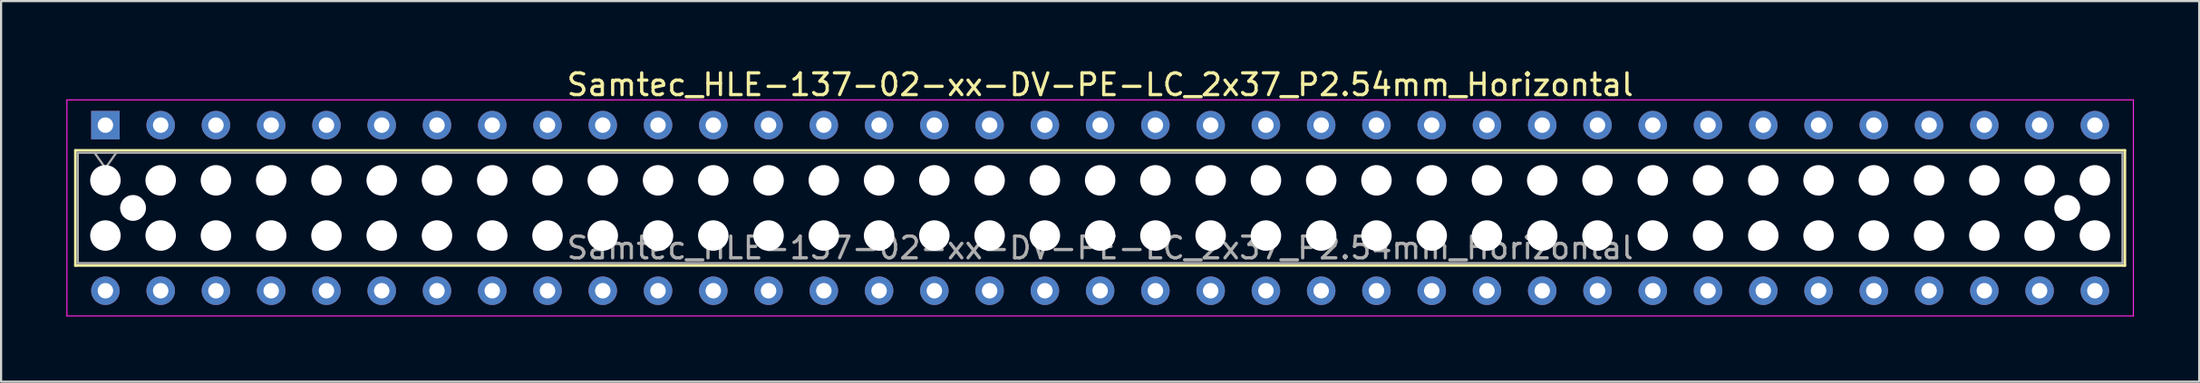
<source format=kicad_pcb>
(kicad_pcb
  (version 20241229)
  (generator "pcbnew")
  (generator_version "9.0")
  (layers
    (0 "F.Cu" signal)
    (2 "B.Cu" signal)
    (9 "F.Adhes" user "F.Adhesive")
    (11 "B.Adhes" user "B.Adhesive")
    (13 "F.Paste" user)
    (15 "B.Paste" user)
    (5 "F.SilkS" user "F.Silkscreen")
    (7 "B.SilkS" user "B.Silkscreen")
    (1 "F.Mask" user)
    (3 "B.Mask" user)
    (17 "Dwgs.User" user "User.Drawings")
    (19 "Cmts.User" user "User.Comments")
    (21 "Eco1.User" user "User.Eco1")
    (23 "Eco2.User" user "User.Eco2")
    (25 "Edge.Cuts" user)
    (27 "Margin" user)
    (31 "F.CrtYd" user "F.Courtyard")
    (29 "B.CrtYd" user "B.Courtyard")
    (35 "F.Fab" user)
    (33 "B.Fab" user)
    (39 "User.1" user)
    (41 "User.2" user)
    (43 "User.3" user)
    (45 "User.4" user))
  (footprint "Samtec_HLE-137-02-xx-DV-PE-LC_2x37_P2.54mm_Horizontal"
    (layer "F.Cu")
    (at 1.795 2.708)
    (property "Reference" "Samtec_HLE-137-02-xx-DV-PE-LC_2x37_P2.54mm_Horizontal" (at 45.72 -1.86 0) (layer "F.SilkS") (effects (font (size 1 1) (thickness 0.15))))
    (attr through_hole)
    (fp_line (start -1.38 1.16) (end 92.82 1.16) (stroke (width 0.12) (type solid)) (layer "F.SilkS"))
    (fp_line (start -1.38 6.46) (end -1.38 1.16) (stroke (width 0.12) (type solid)) (layer "F.SilkS"))
    (fp_line (start 92.82 1.16) (end 92.82 6.46) (stroke (width 0.12) (type solid)) (layer "F.SilkS"))
    (fp_line (start 92.82 6.46) (end -1.38 6.46) (stroke (width 0.12) (type solid)) (layer "F.SilkS"))
    (fp_line (start -1.77 -1.16) (end 93.21 -1.16) (stroke (width 0.05) (type solid)) (layer "F.CrtYd"))
    (fp_line (start -1.77 8.78) (end -1.77 -1.16) (stroke (width 0.05) (type solid)) (layer "F.CrtYd"))
    (fp_line (start 93.21 -1.16) (end 93.21 8.78) (stroke (width 0.05) (type solid)) (layer "F.CrtYd"))
    (fp_line (start 93.21 8.78) (end -1.77 8.78) (stroke (width 0.05) (type solid)) (layer "F.CrtYd"))
    (fp_line (start -1.27 1.27) (end 92.71 1.27) (stroke (width 0.1) (type solid)) (layer "F.Fab"))
    (fp_line (start -1.27 6.35) (end -1.27 1.27) (stroke (width 0.1) (type solid)) (layer "F.Fab"))
    (fp_line (start -0.5 1.27) (end 0 1.977) (stroke (width 0.1) (type solid)) (layer "F.Fab"))
    (fp_line (start 0 1.977) (end 0.5 1.27) (stroke (width 0.1) (type solid)) (layer "F.Fab"))
    (fp_line (start 92.71 1.27) (end 92.71 6.35) (stroke (width 0.1) (type solid)) (layer "F.Fab"))
    (fp_line (start 92.71 6.35) (end -1.27 6.35) (stroke (width 0.1) (type solid)) (layer "F.Fab"))
    (fp_text user "${REFERENCE}" (at 45.72 5.65 0) (layer "F.Fab") (effects (font (size 1 1) (thickness 0.15))))
    (pad "" np_thru_hole circle (at 0 2.54) (size 1.4 1.4) (drill 1.4) (layers "*.Cu" "*.Mask"))
    (pad "" np_thru_hole circle (at 0 5.08) (size 1.4 1.4) (drill 1.4) (layers "*.Cu" "*.Mask"))
    (pad "" np_thru_hole circle (at 1.27 3.81) (size 1.19 1.19) (drill 1.19) (layers "*.Cu" "*.Mask"))
    (pad "" np_thru_hole circle (at 2.54 2.54) (size 1.4 1.4) (drill 1.4) (layers "*.Cu" "*.Mask"))
    (pad "" np_thru_hole circle (at 2.54 5.08) (size 1.4 1.4) (drill 1.4) (layers "*.Cu" "*.Mask"))
    (pad "" np_thru_hole circle (at 5.08 2.54) (size 1.4 1.4) (drill 1.4) (layers "*.Cu" "*.Mask"))
    (pad "" np_thru_hole circle (at 5.08 5.08) (size 1.4 1.4) (drill 1.4) (layers "*.Cu" "*.Mask"))
    (pad "" np_thru_hole circle (at 7.62 2.54) (size 1.4 1.4) (drill 1.4) (layers "*.Cu" "*.Mask"))
    (pad "" np_thru_hole circle (at 7.62 5.08) (size 1.4 1.4) (drill 1.4) (layers "*.Cu" "*.Mask"))
    (pad "" np_thru_hole circle (at 10.16 2.54) (size 1.4 1.4) (drill 1.4) (layers "*.Cu" "*.Mask"))
    (pad "" np_thru_hole circle (at 10.16 5.08) (size 1.4 1.4) (drill 1.4) (layers "*.Cu" "*.Mask"))
    (pad "" np_thru_hole circle (at 12.7 2.54) (size 1.4 1.4) (drill 1.4) (layers "*.Cu" "*.Mask"))
    (pad "" np_thru_hole circle (at 12.7 5.08) (size 1.4 1.4) (drill 1.4) (layers "*.Cu" "*.Mask"))
    (pad "" np_thru_hole circle (at 15.24 2.54) (size 1.4 1.4) (drill 1.4) (layers "*.Cu" "*.Mask"))
    (pad "" np_thru_hole circle (at 15.24 5.08) (size 1.4 1.4) (drill 1.4) (layers "*.Cu" "*.Mask"))
    (pad "" np_thru_hole circle (at 17.78 2.54) (size 1.4 1.4) (drill 1.4) (layers "*.Cu" "*.Mask"))
    (pad "" np_thru_hole circle (at 17.78 5.08) (size 1.4 1.4) (drill 1.4) (layers "*.Cu" "*.Mask"))
    (pad "" np_thru_hole circle (at 20.32 2.54) (size 1.4 1.4) (drill 1.4) (layers "*.Cu" "*.Mask"))
    (pad "" np_thru_hole circle (at 20.32 5.08) (size 1.4 1.4) (drill 1.4) (layers "*.Cu" "*.Mask"))
    (pad "" np_thru_hole circle (at 22.86 2.54) (size 1.4 1.4) (drill 1.4) (layers "*.Cu" "*.Mask"))
    (pad "" np_thru_hole circle (at 22.86 5.08) (size 1.4 1.4) (drill 1.4) (layers "*.Cu" "*.Mask"))
    (pad "" np_thru_hole circle (at 25.4 2.54) (size 1.4 1.4) (drill 1.4) (layers "*.Cu" "*.Mask"))
    (pad "" np_thru_hole circle (at 25.4 5.08) (size 1.4 1.4) (drill 1.4) (layers "*.Cu" "*.Mask"))
    (pad "" np_thru_hole circle (at 27.94 2.54) (size 1.4 1.4) (drill 1.4) (layers "*.Cu" "*.Mask"))
    (pad "" np_thru_hole circle (at 27.94 5.08) (size 1.4 1.4) (drill 1.4) (layers "*.Cu" "*.Mask"))
    (pad "" np_thru_hole circle (at 30.48 2.54) (size 1.4 1.4) (drill 1.4) (layers "*.Cu" "*.Mask"))
    (pad "" np_thru_hole circle (at 30.48 5.08) (size 1.4 1.4) (drill 1.4) (layers "*.Cu" "*.Mask"))
    (pad "" np_thru_hole circle (at 33.02 2.54) (size 1.4 1.4) (drill 1.4) (layers "*.Cu" "*.Mask"))
    (pad "" np_thru_hole circle (at 33.02 5.08) (size 1.4 1.4) (drill 1.4) (layers "*.Cu" "*.Mask"))
    (pad "" np_thru_hole circle (at 35.56 2.54) (size 1.4 1.4) (drill 1.4) (layers "*.Cu" "*.Mask"))
    (pad "" np_thru_hole circle (at 35.56 5.08) (size 1.4 1.4) (drill 1.4) (layers "*.Cu" "*.Mask"))
    (pad "" np_thru_hole circle (at 38.1 2.54) (size 1.4 1.4) (drill 1.4) (layers "*.Cu" "*.Mask"))
    (pad "" np_thru_hole circle (at 38.1 5.08) (size 1.4 1.4) (drill 1.4) (layers "*.Cu" "*.Mask"))
    (pad "" np_thru_hole circle (at 40.64 2.54) (size 1.4 1.4) (drill 1.4) (layers "*.Cu" "*.Mask"))
    (pad "" np_thru_hole circle (at 40.64 5.08) (size 1.4 1.4) (drill 1.4) (layers "*.Cu" "*.Mask"))
    (pad "" np_thru_hole circle (at 43.18 2.54) (size 1.4 1.4) (drill 1.4) (layers "*.Cu" "*.Mask"))
    (pad "" np_thru_hole circle (at 43.18 5.08) (size 1.4 1.4) (drill 1.4) (layers "*.Cu" "*.Mask"))
    (pad "" np_thru_hole circle (at 45.72 2.54) (size 1.4 1.4) (drill 1.4) (layers "*.Cu" "*.Mask"))
    (pad "" np_thru_hole circle (at 45.72 5.08) (size 1.4 1.4) (drill 1.4) (layers "*.Cu" "*.Mask"))
    (pad "" np_thru_hole circle (at 48.26 2.54) (size 1.4 1.4) (drill 1.4) (layers "*.Cu" "*.Mask"))
    (pad "" np_thru_hole circle (at 48.26 5.08) (size 1.4 1.4) (drill 1.4) (layers "*.Cu" "*.Mask"))
    (pad "" np_thru_hole circle (at 50.8 2.54) (size 1.4 1.4) (drill 1.4) (layers "*.Cu" "*.Mask"))
    (pad "" np_thru_hole circle (at 50.8 5.08) (size 1.4 1.4) (drill 1.4) (layers "*.Cu" "*.Mask"))
    (pad "" np_thru_hole circle (at 53.34 2.54) (size 1.4 1.4) (drill 1.4) (layers "*.Cu" "*.Mask"))
    (pad "" np_thru_hole circle (at 53.34 5.08) (size 1.4 1.4) (drill 1.4) (layers "*.Cu" "*.Mask"))
    (pad "" np_thru_hole circle (at 55.88 2.54) (size 1.4 1.4) (drill 1.4) (layers "*.Cu" "*.Mask"))
    (pad "" np_thru_hole circle (at 55.88 5.08) (size 1.4 1.4) (drill 1.4) (layers "*.Cu" "*.Mask"))
    (pad "" np_thru_hole circle (at 58.42 2.54) (size 1.4 1.4) (drill 1.4) (layers "*.Cu" "*.Mask"))
    (pad "" np_thru_hole circle (at 58.42 5.08) (size 1.4 1.4) (drill 1.4) (layers "*.Cu" "*.Mask"))
    (pad "" np_thru_hole circle (at 60.96 2.54) (size 1.4 1.4) (drill 1.4) (layers "*.Cu" "*.Mask"))
    (pad "" np_thru_hole circle (at 60.96 5.08) (size 1.4 1.4) (drill 1.4) (layers "*.Cu" "*.Mask"))
    (pad "" np_thru_hole circle (at 63.5 2.54) (size 1.4 1.4) (drill 1.4) (layers "*.Cu" "*.Mask"))
    (pad "" np_thru_hole circle (at 63.5 5.08) (size 1.4 1.4) (drill 1.4) (layers "*.Cu" "*.Mask"))
    (pad "" np_thru_hole circle (at 66.04 2.54) (size 1.4 1.4) (drill 1.4) (layers "*.Cu" "*.Mask"))
    (pad "" np_thru_hole circle (at 66.04 5.08) (size 1.4 1.4) (drill 1.4) (layers "*.Cu" "*.Mask"))
    (pad "" np_thru_hole circle (at 68.58 2.54) (size 1.4 1.4) (drill 1.4) (layers "*.Cu" "*.Mask"))
    (pad "" np_thru_hole circle (at 68.58 5.08) (size 1.4 1.4) (drill 1.4) (layers "*.Cu" "*.Mask"))
    (pad "" np_thru_hole circle (at 71.12 2.54) (size 1.4 1.4) (drill 1.4) (layers "*.Cu" "*.Mask"))
    (pad "" np_thru_hole circle (at 71.12 5.08) (size 1.4 1.4) (drill 1.4) (layers "*.Cu" "*.Mask"))
    (pad "" np_thru_hole circle (at 73.66 2.54) (size 1.4 1.4) (drill 1.4) (layers "*.Cu" "*.Mask"))
    (pad "" np_thru_hole circle (at 73.66 5.08) (size 1.4 1.4) (drill 1.4) (layers "*.Cu" "*.Mask"))
    (pad "" np_thru_hole circle (at 76.2 2.54) (size 1.4 1.4) (drill 1.4) (layers "*.Cu" "*.Mask"))
    (pad "" np_thru_hole circle (at 76.2 5.08) (size 1.4 1.4) (drill 1.4) (layers "*.Cu" "*.Mask"))
    (pad "" np_thru_hole circle (at 78.74 2.54) (size 1.4 1.4) (drill 1.4) (layers "*.Cu" "*.Mask"))
    (pad "" np_thru_hole circle (at 78.74 5.08) (size 1.4 1.4) (drill 1.4) (layers "*.Cu" "*.Mask"))
    (pad "" np_thru_hole circle (at 81.28 2.54) (size 1.4 1.4) (drill 1.4) (layers "*.Cu" "*.Mask"))
    (pad "" np_thru_hole circle (at 81.28 5.08) (size 1.4 1.4) (drill 1.4) (layers "*.Cu" "*.Mask"))
    (pad "" np_thru_hole circle (at 83.82 2.54) (size 1.4 1.4) (drill 1.4) (layers "*.Cu" "*.Mask"))
    (pad "" np_thru_hole circle (at 83.82 5.08) (size 1.4 1.4) (drill 1.4) (layers "*.Cu" "*.Mask"))
    (pad "" np_thru_hole circle (at 86.36 2.54) (size 1.4 1.4) (drill 1.4) (layers "*.Cu" "*.Mask"))
    (pad "" np_thru_hole circle (at 86.36 5.08) (size 1.4 1.4) (drill 1.4) (layers "*.Cu" "*.Mask"))
    (pad "" np_thru_hole circle (at 88.9 2.54) (size 1.4 1.4) (drill 1.4) (layers "*.Cu" "*.Mask"))
    (pad "" np_thru_hole circle (at 88.9 5.08) (size 1.4 1.4) (drill 1.4) (layers "*.Cu" "*.Mask"))
    (pad "" np_thru_hole circle (at 90.17 3.81) (size 1.19 1.19) (drill 1.19) (layers "*.Cu" "*.Mask"))
    (pad "" np_thru_hole circle (at 91.44 2.54) (size 1.4 1.4) (drill 1.4) (layers "*.Cu" "*.Mask"))
    (pad "" np_thru_hole circle (at 91.44 5.08) (size 1.4 1.4) (drill 1.4) (layers "*.Cu" "*.Mask"))
    (pad "1" thru_hole rect (at 0 0) (size 1.31 1.31) (drill 0.71) (layers "*.Cu" "*.Mask"))
    (pad "2" thru_hole circle (at 0 7.62) (size 1.31 1.31) (drill 0.71) (layers "*.Cu" "*.Mask"))
    (pad "3" thru_hole circle (at 2.54 0) (size 1.31 1.31) (drill 0.71) (layers "*.Cu" "*.Mask"))
    (pad "4" thru_hole circle (at 2.54 7.62) (size 1.31 1.31) (drill 0.71) (layers "*.Cu" "*.Mask"))
    (pad "5" thru_hole circle (at 5.08 0) (size 1.31 1.31) (drill 0.71) (layers "*.Cu" "*.Mask"))
    (pad "6" thru_hole circle (at 5.08 7.62) (size 1.31 1.31) (drill 0.71) (layers "*.Cu" "*.Mask"))
    (pad "7" thru_hole circle (at 7.62 0) (size 1.31 1.31) (drill 0.71) (layers "*.Cu" "*.Mask"))
    (pad "8" thru_hole circle (at 7.62 7.62) (size 1.31 1.31) (drill 0.71) (layers "*.Cu" "*.Mask"))
    (pad "9" thru_hole circle (at 10.16 0) (size 1.31 1.31) (drill 0.71) (layers "*.Cu" "*.Mask"))
    (pad "10" thru_hole circle (at 10.16 7.62) (size 1.31 1.31) (drill 0.71) (layers "*.Cu" "*.Mask"))
    (pad "11" thru_hole circle (at 12.7 0) (size 1.31 1.31) (drill 0.71) (layers "*.Cu" "*.Mask"))
    (pad "12" thru_hole circle (at 12.7 7.62) (size 1.31 1.31) (drill 0.71) (layers "*.Cu" "*.Mask"))
    (pad "13" thru_hole circle (at 15.24 0) (size 1.31 1.31) (drill 0.71) (layers "*.Cu" "*.Mask"))
    (pad "14" thru_hole circle (at 15.24 7.62) (size 1.31 1.31) (drill 0.71) (layers "*.Cu" "*.Mask"))
    (pad "15" thru_hole circle (at 17.78 0) (size 1.31 1.31) (drill 0.71) (layers "*.Cu" "*.Mask"))
    (pad "16" thru_hole circle (at 17.78 7.62) (size 1.31 1.31) (drill 0.71) (layers "*.Cu" "*.Mask"))
    (pad "17" thru_hole circle (at 20.32 0) (size 1.31 1.31) (drill 0.71) (layers "*.Cu" "*.Mask"))
    (pad "18" thru_hole circle (at 20.32 7.62) (size 1.31 1.31) (drill 0.71) (layers "*.Cu" "*.Mask"))
    (pad "19" thru_hole circle (at 22.86 0) (size 1.31 1.31) (drill 0.71) (layers "*.Cu" "*.Mask"))
    (pad "20" thru_hole circle (at 22.86 7.62) (size 1.31 1.31) (drill 0.71) (layers "*.Cu" "*.Mask"))
    (pad "21" thru_hole circle (at 25.4 0) (size 1.31 1.31) (drill 0.71) (layers "*.Cu" "*.Mask"))
    (pad "22" thru_hole circle (at 25.4 7.62) (size 1.31 1.31) (drill 0.71) (layers "*.Cu" "*.Mask"))
    (pad "23" thru_hole circle (at 27.94 0) (size 1.31 1.31) (drill 0.71) (layers "*.Cu" "*.Mask"))
    (pad "24" thru_hole circle (at 27.94 7.62) (size 1.31 1.31) (drill 0.71) (layers "*.Cu" "*.Mask"))
    (pad "25" thru_hole circle (at 30.48 0) (size 1.31 1.31) (drill 0.71) (layers "*.Cu" "*.Mask"))
    (pad "26" thru_hole circle (at 30.48 7.62) (size 1.31 1.31) (drill 0.71) (layers "*.Cu" "*.Mask"))
    (pad "27" thru_hole circle (at 33.02 0) (size 1.31 1.31) (drill 0.71) (layers "*.Cu" "*.Mask"))
    (pad "28" thru_hole circle (at 33.02 7.62) (size 1.31 1.31) (drill 0.71) (layers "*.Cu" "*.Mask"))
    (pad "29" thru_hole circle (at 35.56 0) (size 1.31 1.31) (drill 0.71) (layers "*.Cu" "*.Mask"))
    (pad "30" thru_hole circle (at 35.56 7.62) (size 1.31 1.31) (drill 0.71) (layers "*.Cu" "*.Mask"))
    (pad "31" thru_hole circle (at 38.1 0) (size 1.31 1.31) (drill 0.71) (layers "*.Cu" "*.Mask"))
    (pad "32" thru_hole circle (at 38.1 7.62) (size 1.31 1.31) (drill 0.71) (layers "*.Cu" "*.Mask"))
    (pad "33" thru_hole circle (at 40.64 0) (size 1.31 1.31) (drill 0.71) (layers "*.Cu" "*.Mask"))
    (pad "34" thru_hole circle (at 40.64 7.62) (size 1.31 1.31) (drill 0.71) (layers "*.Cu" "*.Mask"))
    (pad "35" thru_hole circle (at 43.18 0) (size 1.31 1.31) (drill 0.71) (layers "*.Cu" "*.Mask"))
    (pad "36" thru_hole circle (at 43.18 7.62) (size 1.31 1.31) (drill 0.71) (layers "*.Cu" "*.Mask"))
    (pad "37" thru_hole circle (at 45.72 0) (size 1.31 1.31) (drill 0.71) (layers "*.Cu" "*.Mask"))
    (pad "38" thru_hole circle (at 45.72 7.62) (size 1.31 1.31) (drill 0.71) (layers "*.Cu" "*.Mask"))
    (pad "39" thru_hole circle (at 48.26 0) (size 1.31 1.31) (drill 0.71) (layers "*.Cu" "*.Mask"))
    (pad "40" thru_hole circle (at 48.26 7.62) (size 1.31 1.31) (drill 0.71) (layers "*.Cu" "*.Mask"))
    (pad "41" thru_hole circle (at 50.8 0) (size 1.31 1.31) (drill 0.71) (layers "*.Cu" "*.Mask"))
    (pad "42" thru_hole circle (at 50.8 7.62) (size 1.31 1.31) (drill 0.71) (layers "*.Cu" "*.Mask"))
    (pad "43" thru_hole circle (at 53.34 0) (size 1.31 1.31) (drill 0.71) (layers "*.Cu" "*.Mask"))
    (pad "44" thru_hole circle (at 53.34 7.62) (size 1.31 1.31) (drill 0.71) (layers "*.Cu" "*.Mask"))
    (pad "45" thru_hole circle (at 55.88 0) (size 1.31 1.31) (drill 0.71) (layers "*.Cu" "*.Mask"))
    (pad "46" thru_hole circle (at 55.88 7.62) (size 1.31 1.31) (drill 0.71) (layers "*.Cu" "*.Mask"))
    (pad "47" thru_hole circle (at 58.42 0) (size 1.31 1.31) (drill 0.71) (layers "*.Cu" "*.Mask"))
    (pad "48" thru_hole circle (at 58.42 7.62) (size 1.31 1.31) (drill 0.71) (layers "*.Cu" "*.Mask"))
    (pad "49" thru_hole circle (at 60.96 0) (size 1.31 1.31) (drill 0.71) (layers "*.Cu" "*.Mask"))
    (pad "50" thru_hole circle (at 60.96 7.62) (size 1.31 1.31) (drill 0.71) (layers "*.Cu" "*.Mask"))
    (pad "51" thru_hole circle (at 63.5 0) (size 1.31 1.31) (drill 0.71) (layers "*.Cu" "*.Mask"))
    (pad "52" thru_hole circle (at 63.5 7.62) (size 1.31 1.31) (drill 0.71) (layers "*.Cu" "*.Mask"))
    (pad "53" thru_hole circle (at 66.04 0) (size 1.31 1.31) (drill 0.71) (layers "*.Cu" "*.Mask"))
    (pad "54" thru_hole circle (at 66.04 7.62) (size 1.31 1.31) (drill 0.71) (layers "*.Cu" "*.Mask"))
    (pad "55" thru_hole circle (at 68.58 0) (size 1.31 1.31) (drill 0.71) (layers "*.Cu" "*.Mask"))
    (pad "56" thru_hole circle (at 68.58 7.62) (size 1.31 1.31) (drill 0.71) (layers "*.Cu" "*.Mask"))
    (pad "57" thru_hole circle (at 71.12 0) (size 1.31 1.31) (drill 0.71) (layers "*.Cu" "*.Mask"))
    (pad "58" thru_hole circle (at 71.12 7.62) (size 1.31 1.31) (drill 0.71) (layers "*.Cu" "*.Mask"))
    (pad "59" thru_hole circle (at 73.66 0) (size 1.31 1.31) (drill 0.71) (layers "*.Cu" "*.Mask"))
    (pad "60" thru_hole circle (at 73.66 7.62) (size 1.31 1.31) (drill 0.71) (layers "*.Cu" "*.Mask"))
    (pad "61" thru_hole circle (at 76.2 0) (size 1.31 1.31) (drill 0.71) (layers "*.Cu" "*.Mask"))
    (pad "62" thru_hole circle (at 76.2 7.62) (size 1.31 1.31) (drill 0.71) (layers "*.Cu" "*.Mask"))
    (pad "63" thru_hole circle (at 78.74 0) (size 1.31 1.31) (drill 0.71) (layers "*.Cu" "*.Mask"))
    (pad "64" thru_hole circle (at 78.74 7.62) (size 1.31 1.31) (drill 0.71) (layers "*.Cu" "*.Mask"))
    (pad "65" thru_hole circle (at 81.28 0) (size 1.31 1.31) (drill 0.71) (layers "*.Cu" "*.Mask"))
    (pad "66" thru_hole circle (at 81.28 7.62) (size 1.31 1.31) (drill 0.71) (layers "*.Cu" "*.Mask"))
    (pad "67" thru_hole circle (at 83.82 0) (size 1.31 1.31) (drill 0.71) (layers "*.Cu" "*.Mask"))
    (pad "68" thru_hole circle (at 83.82 7.62) (size 1.31 1.31) (drill 0.71) (layers "*.Cu" "*.Mask"))
    (pad "69" thru_hole circle (at 86.36 0) (size 1.31 1.31) (drill 0.71) (layers "*.Cu" "*.Mask"))
    (pad "70" thru_hole circle (at 86.36 7.62) (size 1.31 1.31) (drill 0.71) (layers "*.Cu" "*.Mask"))
    (pad "71" thru_hole circle (at 88.9 0) (size 1.31 1.31) (drill 0.71) (layers "*.Cu" "*.Mask"))
    (pad "72" thru_hole circle (at 88.9 7.62) (size 1.31 1.31) (drill 0.71) (layers "*.Cu" "*.Mask"))
    (pad "73" thru_hole circle (at 91.44 0) (size 1.31 1.31) (drill 0.71) (layers "*.Cu" "*.Mask"))
    (pad "74" thru_hole circle (at 91.44 7.62) (size 1.31 1.31) (drill 0.71) (layers "*.Cu" "*.Mask")))
  (gr_rect
    (start -3 -3)
    (end 98.03 14.513)
    (stroke (width 0.1) (type default))
    (fill no)
    (layer "Edge.Cuts")))
</source>
